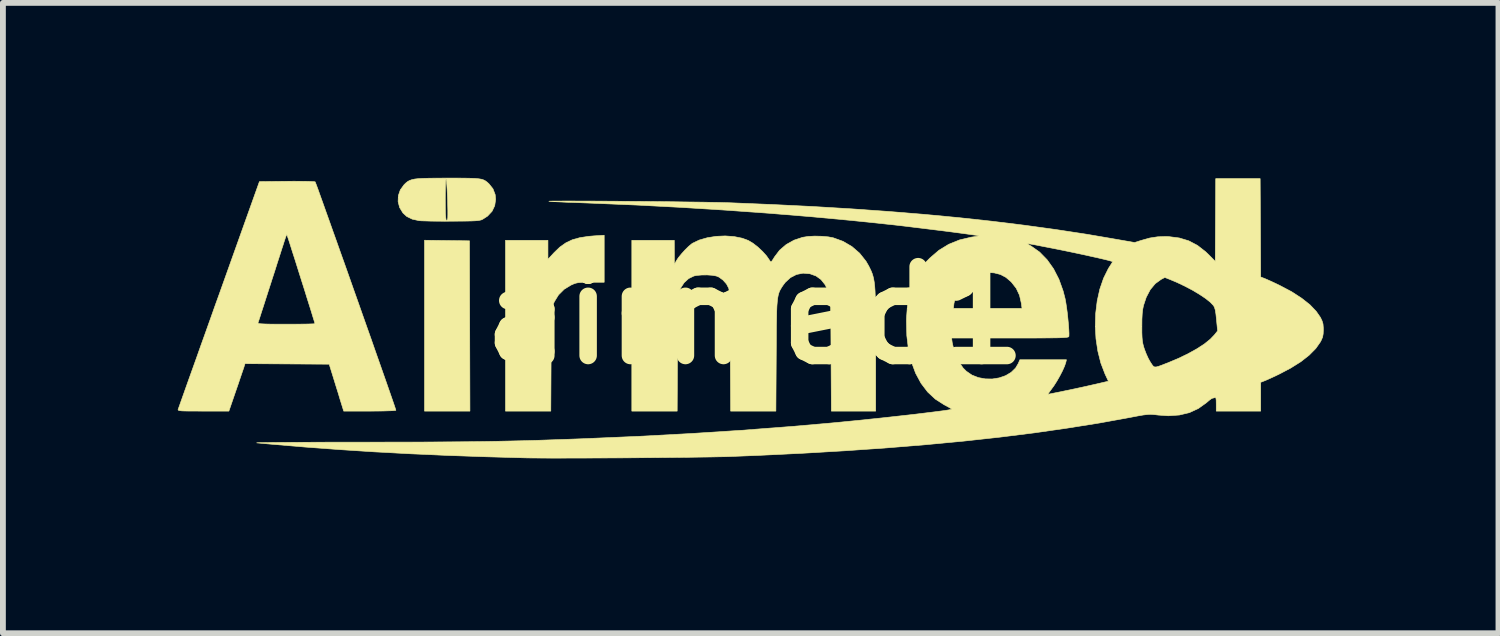
<source format=kicad_pcb>
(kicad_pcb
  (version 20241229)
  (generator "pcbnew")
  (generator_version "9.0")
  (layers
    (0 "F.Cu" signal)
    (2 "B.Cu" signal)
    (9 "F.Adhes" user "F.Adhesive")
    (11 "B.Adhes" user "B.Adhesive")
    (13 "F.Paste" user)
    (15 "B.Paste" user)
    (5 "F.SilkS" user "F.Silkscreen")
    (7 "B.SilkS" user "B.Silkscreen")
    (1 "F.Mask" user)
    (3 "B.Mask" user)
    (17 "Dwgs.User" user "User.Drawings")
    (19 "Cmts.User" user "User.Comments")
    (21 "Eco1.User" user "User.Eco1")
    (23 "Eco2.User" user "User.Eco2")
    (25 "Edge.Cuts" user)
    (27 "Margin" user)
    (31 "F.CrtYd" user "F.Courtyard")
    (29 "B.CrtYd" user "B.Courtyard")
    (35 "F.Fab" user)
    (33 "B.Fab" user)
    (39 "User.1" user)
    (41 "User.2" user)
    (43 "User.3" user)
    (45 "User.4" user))
  (footprint "airmed1"
    (layer "F.Cu")
    (at 9.905 2.359)
    (property "Reference" "airmed1" (at 0 0 0) (layer "F.SilkS") (effects (font (size 1.524 1.524) (thickness 0.3))))
    (attr through_hole)
    (fp_poly (pts (xy -5.287 -1.283) (xy -4.902 -1.278) (xy -4.898 0.182) (xy -4.894 1.643) (xy -5.673 1.643) (xy -5.673 -1.288) (xy -5.287 -1.283)) (stroke (width 0.01) (type solid)) (fill yes) (layer "F.SilkS"))
    (fp_poly (pts (xy -2.591 -0.971) (xy -2.591 -0.567) (xy -2.824 -0.567) (xy -2.919 -0.566) (xy -2.988 -0.564) (xy -3.039 -0.56) (xy -3.08 -0.551) (xy -3.119 -0.537) (xy -3.162 -0.518) (xy -3.278 -0.447) (xy -3.374 -0.351) (xy -3.445 -0.236) (xy -3.456 -0.211) (xy -3.497 -0.11) (xy -3.502 0.766) (xy -3.507 1.643) (xy -4.284 1.643) (xy -4.284 -1.287) (xy -3.556 -1.287) (xy -3.556 -0.961) (xy -3.447 -1.079) (xy -3.351 -1.171) (xy -3.249 -1.243) (xy -3.138 -1.296) (xy -3.009 -1.332) (xy -2.858 -1.355) (xy -2.764 -1.363) (xy -2.591 -1.374) (xy -2.591 -0.971)) (stroke (width 0.01) (type solid)) (fill yes) (layer "F.SilkS"))
    (fp_poly (pts (xy -5.11 -2.354) (xy -4.983 -2.353) (xy -4.881 -2.351) (xy -4.802 -2.348) (xy -4.741 -2.342) (xy -4.694 -2.334) (xy -4.658 -2.322) (xy -4.628 -2.306) (xy -4.601 -2.286) (xy -4.573 -2.261) (xy -4.566 -2.254) (xy -4.499 -2.17) (xy -4.461 -2.071) (xy -4.453 -1.99) (xy -4.469 -1.88) (xy -4.515 -1.784) (xy -4.592 -1.702) (xy -4.674 -1.649) (xy -4.694 -1.639) (xy -4.719 -1.632) (xy -4.752 -1.626) (xy -4.798 -1.622) (xy -4.861 -1.619) (xy -4.944 -1.617) (xy -5.053 -1.616) (xy -5.192 -1.615) (xy -5.199 -1.615) (xy -5.327 -1.614) (xy -5.449 -1.615) (xy -5.56 -1.616) (xy -5.654 -1.619) (xy -5.725 -1.621) (xy -5.766 -1.624) (xy -5.884 -1.65) (xy -5.978 -1.696) (xy -6.043 -1.756) (xy -6.1 -1.849) (xy -6.126 -1.95) (xy -6.125 -1.981) (xy -5.317 -1.981) (xy -5.316 -1.848) (xy -5.314 -1.748) (xy -5.309 -1.678) (xy -5.303 -1.637) (xy -5.294 -1.625) (xy -5.283 -1.638) (xy -5.277 -1.65) (xy -5.274 -1.675) (xy -5.273 -1.727) (xy -5.273 -1.798) (xy -5.275 -1.882) (xy -5.277 -1.974) (xy -5.281 -2.067) (xy -5.285 -2.155) (xy -5.29 -2.232) (xy -5.295 -2.292) (xy -5.299 -2.328) (xy -5.303 -2.337) (xy -5.307 -2.321) (xy -5.311 -2.276) (xy -5.314 -2.207) (xy -5.316 -2.119) (xy -5.317 -2.017) (xy -5.317 -1.981) (xy -6.125 -1.981) (xy -6.122 -2.053) (xy -6.088 -2.152) (xy -6.024 -2.24) (xy -6.02 -2.244) (xy -5.991 -2.272) (xy -5.962 -2.295) (xy -5.929 -2.313) (xy -5.89 -2.327) (xy -5.839 -2.338) (xy -5.775 -2.345) (xy -5.692 -2.349) (xy -5.587 -2.352) (xy -5.456 -2.353) (xy -5.295 -2.354) (xy -5.268 -2.354) (xy -5.11 -2.354)) (stroke (width 0.01) (type solid)) (fill yes) (layer "F.SilkS"))
    (fp_poly (pts (xy -0.363 -1.351) (xy -0.224 -1.323) (xy -0.119 -1.284) (xy -0.04 -1.237) (xy 0.045 -1.171) (xy 0.126 -1.095) (xy 0.194 -1.019) (xy 0.23 -0.967) (xy 0.253 -0.933) (xy 0.269 -0.915) (xy 0.27 -0.915) (xy 0.283 -0.928) (xy 0.307 -0.963) (xy 0.33 -1.001) (xy 0.418 -1.117) (xy 0.531 -1.214) (xy 0.665 -1.289) (xy 0.812 -1.338) (xy 0.907 -1.353) (xy 1.021 -1.359) (xy 1.141 -1.356) (xy 1.254 -1.346) (xy 1.338 -1.33) (xy 1.506 -1.269) (xy 1.658 -1.18) (xy 1.79 -1.066) (xy 1.899 -0.929) (xy 1.945 -0.85) (xy 1.968 -0.804) (xy 1.988 -0.762) (xy 2.005 -0.72) (xy 2.019 -0.676) (xy 2.031 -0.627) (xy 2.041 -0.569) (xy 2.049 -0.501) (xy 2.055 -0.42) (xy 2.059 -0.322) (xy 2.062 -0.206) (xy 2.064 -0.067) (xy 2.065 0.096) (xy 2.066 0.286) (xy 2.066 0.507) (xy 2.066 0.592) (xy 2.066 1.643) (xy 1.306 1.643) (xy 1.3 0.665) (xy 1.299 0.458) (xy 1.298 0.283) (xy 1.297 0.135) (xy 1.296 0.013) (xy 1.294 -0.086) (xy 1.292 -0.165) (xy 1.29 -0.228) (xy 1.287 -0.277) (xy 1.283 -0.314) (xy 1.278 -0.343) (xy 1.272 -0.366) (xy 1.265 -0.386) (xy 1.257 -0.407) (xy 1.257 -0.407) (xy 1.198 -0.526) (xy 1.128 -0.614) (xy 1.043 -0.675) (xy 0.941 -0.712) (xy 0.937 -0.713) (xy 0.82 -0.723) (xy 0.708 -0.701) (xy 0.605 -0.648) (xy 0.516 -0.567) (xy 0.477 -0.515) (xy 0.454 -0.481) (xy 0.435 -0.449) (xy 0.418 -0.418) (xy 0.405 -0.383) (xy 0.394 -0.344) (xy 0.385 -0.295) (xy 0.378 -0.235) (xy 0.372 -0.161) (xy 0.368 -0.07) (xy 0.366 0.042) (xy 0.363 0.176) (xy 0.362 0.337) (xy 0.361 0.526) (xy 0.36 0.69) (xy 0.354 1.643) (xy -0.422 1.643) (xy -0.428 0.622) (xy -0.429 0.397) (xy -0.43 0.204) (xy -0.432 0.041) (xy -0.434 -0.096) (xy -0.437 -0.207) (xy -0.44 -0.296) (xy -0.443 -0.364) (xy -0.447 -0.414) (xy -0.451 -0.448) (xy -0.455 -0.465) (xy -0.493 -0.538) (xy -0.552 -0.604) (xy -0.621 -0.655) (xy -0.669 -0.675) (xy -0.738 -0.687) (xy -0.825 -0.693) (xy -0.917 -0.692) (xy -1 -0.685) (xy -1.052 -0.675) (xy -1.142 -0.631) (xy -1.22 -0.56) (xy -1.279 -0.469) (xy -1.29 -0.444) (xy -1.329 -0.347) (xy -1.334 0.648) (xy -1.339 1.643) (xy -2.117 1.643) (xy -2.117 -1.287) (xy -1.389 -1.287) (xy -1.388 -1.079) (xy -1.387 -0.872) (xy -1.354 -0.934) (xy -1.319 -0.988) (xy -1.266 -1.053) (xy -1.205 -1.121) (xy -1.143 -1.182) (xy -1.089 -1.227) (xy -1.076 -1.236) (xy -0.959 -1.292) (xy -0.822 -1.331) (xy -0.67 -1.355) (xy -0.515 -1.362) (xy -0.363 -1.351)) (stroke (width 0.01) (type solid)) (fill yes) (layer "F.SilkS"))
    (fp_poly (pts (xy -7.799 -2.299) (xy -7.702 -2.298) (xy -7.625 -2.296) (xy -7.573 -2.293) (xy -7.55 -2.29) (xy -7.549 -2.289) (xy -7.542 -2.272) (xy -7.524 -2.225) (xy -7.497 -2.152) (xy -7.462 -2.053) (xy -7.418 -1.931) (xy -7.368 -1.79) (xy -7.311 -1.631) (xy -7.249 -1.456) (xy -7.182 -1.269) (xy -7.112 -1.071) (xy -7.038 -0.864) (xy -6.963 -0.652) (xy -6.887 -0.436) (xy -6.81 -0.219) (xy -6.734 -0.003) (xy -6.659 0.209) (xy -6.586 0.415) (xy -6.517 0.613) (xy -6.451 0.8) (xy -6.39 0.974) (xy -6.334 1.133) (xy -6.285 1.274) (xy -6.243 1.395) (xy -6.209 1.493) (xy -6.184 1.566) (xy -6.169 1.612) (xy -6.164 1.629) (xy -6.18 1.632) (xy -6.226 1.636) (xy -6.296 1.638) (xy -6.388 1.641) (xy -6.495 1.642) (xy -6.612 1.643) (xy -7.059 1.643) (xy -7.121 1.444) (xy -7.152 1.34) (xy -7.189 1.222) (xy -7.225 1.106) (xy -7.245 1.041) (xy -7.308 0.838) (xy -8.752 0.829) (xy -8.772 0.893) (xy -8.784 0.928) (xy -8.805 0.989) (xy -8.833 1.071) (xy -8.865 1.167) (xy -8.901 1.271) (xy -8.911 1.3) (xy -9.029 1.643) (xy -9.469 1.643) (xy -9.602 1.642) (xy -9.705 1.642) (xy -9.782 1.641) (xy -9.836 1.639) (xy -9.871 1.635) (xy -9.891 1.63) (xy -9.899 1.624) (xy -9.9 1.615) (xy -9.899 1.612) (xy -9.892 1.593) (xy -9.874 1.543) (xy -9.847 1.466) (xy -9.81 1.362) (xy -9.765 1.235) (xy -9.712 1.086) (xy -9.651 0.916) (xy -9.584 0.729) (xy -9.512 0.525) (xy -9.434 0.308) (xy -9.371 0.131) (xy -8.53 0.131) (xy -8.526 0.138) (xy -8.505 0.143) (xy -8.466 0.146) (xy -8.404 0.149) (xy -8.318 0.151) (xy -8.204 0.152) (xy -8.059 0.152) (xy -8.045 0.152) (xy -7.92 0.152) (xy -7.806 0.151) (xy -7.709 0.15) (xy -7.631 0.148) (xy -7.578 0.146) (xy -7.553 0.144) (xy -7.552 0.143) (xy -7.557 0.125) (xy -7.571 0.079) (xy -7.593 0.008) (xy -7.621 -0.084) (xy -7.655 -0.192) (xy -7.693 -0.312) (xy -7.733 -0.442) (xy -7.776 -0.577) (xy -7.819 -0.713) (xy -7.861 -0.847) (xy -7.901 -0.974) (xy -7.939 -1.091) (xy -7.971 -1.193) (xy -7.998 -1.278) (xy -8.019 -1.34) (xy -8.031 -1.377) (xy -8.034 -1.385) (xy -8.042 -1.374) (xy -8.056 -1.339) (xy -8.066 -1.309) (xy -8.077 -1.276) (xy -8.097 -1.213) (xy -8.125 -1.127) (xy -8.159 -1.02) (xy -8.199 -0.897) (xy -8.242 -0.76) (xy -8.289 -0.616) (xy -8.307 -0.559) (xy -8.354 -0.414) (xy -8.397 -0.28) (xy -8.436 -0.158) (xy -8.47 -0.054) (xy -8.497 0.031) (xy -8.517 0.092) (xy -8.528 0.126) (xy -8.53 0.131) (xy -9.371 0.131) (xy -9.352 0.078) (xy -9.267 -0.162) (xy -9.197 -0.356) (xy -8.505 -2.294) (xy -8.034 -2.299) (xy -7.911 -2.3) (xy -7.799 -2.299)) (stroke (width 0.01) (type solid)) (fill yes) (layer "F.SilkS"))
    (fp_poly (pts (xy 8.666 -1.501) (xy 8.67 -0.658) (xy 8.742 -0.63) (xy 8.786 -0.611) (xy 8.851 -0.582) (xy 8.928 -0.546) (xy 9 -0.511) (xy 9.201 -0.405) (xy 9.372 -0.294) (xy 9.514 -0.182) (xy 9.623 -0.068) (xy 9.695 0.036) (xy 9.723 0.095) (xy 9.739 0.147) (xy 9.744 0.21) (xy 9.745 0.246) (xy 9.742 0.318) (xy 9.732 0.374) (xy 9.709 0.427) (xy 9.695 0.455) (xy 9.615 0.569) (xy 9.502 0.683) (xy 9.358 0.796) (xy 9.184 0.905) (xy 9 1.002) (xy 8.92 1.041) (xy 8.844 1.076) (xy 8.78 1.105) (xy 8.742 1.121) (xy 8.67 1.149) (xy 8.67 1.643) (xy 7.908 1.643) (xy 7.908 1.522) (xy 7.907 1.459) (xy 7.903 1.424) (xy 7.894 1.411) (xy 7.881 1.412) (xy 7.849 1.421) (xy 7.839 1.422) (xy 7.82 1.433) (xy 7.784 1.46) (xy 7.739 1.499) (xy 7.601 1.598) (xy 7.447 1.669) (xy 7.275 1.71) (xy 7.086 1.723) (xy 6.914 1.711) (xy 6.856 1.704) (xy 6.807 1.7) (xy 6.761 1.699) (xy 6.712 1.703) (xy 6.653 1.71) (xy 6.577 1.723) (xy 6.477 1.742) (xy 6.426 1.752) (xy 5.903 1.847) (xy 5.357 1.934) (xy 4.787 2.016) (xy 4.193 2.09) (xy 3.573 2.158) (xy 2.926 2.219) (xy 2.251 2.274) (xy 1.546 2.323) (xy 0.812 2.366) (xy 0.045 2.403) (xy -0.44 2.422) (xy -0.525 2.425) (xy -0.641 2.427) (xy -0.783 2.43) (xy -0.949 2.432) (xy -1.135 2.435) (xy -1.338 2.437) (xy -1.553 2.439) (xy -1.779 2.441) (xy -2.01 2.443) (xy -2.244 2.445) (xy -2.477 2.446) (xy -2.706 2.447) (xy -2.927 2.448) (xy -3.137 2.448) (xy -3.332 2.449) (xy -3.509 2.449) (xy -3.665 2.448) (xy -3.795 2.447) (xy -3.897 2.446) (xy -3.937 2.445) (xy -4.623 2.426) (xy -5.281 2.403) (xy -5.915 2.375) (xy -6.531 2.342) (xy -7.133 2.303) (xy -7.728 2.259) (xy -8.318 2.209) (xy -8.551 2.188) (xy -8.551 2.186) (xy -8.519 2.185) (xy -8.457 2.183) (xy -8.367 2.182) (xy -8.251 2.181) (xy -8.111 2.18) (xy -7.948 2.179) (xy -7.765 2.178) (xy -7.564 2.177) (xy -7.345 2.176) (xy -7.113 2.176) (xy -6.867 2.176) (xy -6.714 2.176) (xy -6.347 2.175) (xy -6.011 2.175) (xy -5.701 2.174) (xy -5.415 2.172) (xy -5.148 2.17) (xy -4.898 2.168) (xy -4.659 2.165) (xy -4.43 2.161) (xy -4.206 2.156) (xy -3.984 2.151) (xy -3.76 2.145) (xy -3.531 2.137) (xy -3.293 2.129) (xy -3.043 2.12) (xy -2.938 2.116) (xy -2.008 2.076) (xy -1.108 2.028) (xy -0.235 1.972) (xy 0.615 1.907) (xy 1.228 1.854) (xy 1.413 1.837) (xy 1.605 1.818) (xy 1.801 1.799) (xy 1.997 1.778) (xy 2.191 1.758) (xy 2.38 1.737) (xy 2.561 1.717) (xy 2.73 1.698) (xy 2.886 1.679) (xy 3.025 1.662) (xy 3.145 1.647) (xy 3.242 1.634) (xy 3.314 1.623) (xy 3.357 1.614) (xy 3.37 1.609) (xy 3.356 1.598) (xy 3.318 1.576) (xy 3.264 1.546) (xy 3.24 1.534) (xy 3.089 1.437) (xy 2.957 1.314) (xy 2.844 1.165) (xy 2.751 0.993) (xy 2.679 0.798) (xy 2.628 0.582) (xy 2.605 0.389) (xy 3.368 0.389) (xy 3.379 0.47) (xy 3.418 0.636) (xy 3.48 0.781) (xy 3.566 0.904) (xy 3.621 0.959) (xy 3.717 1.025) (xy 3.827 1.068) (xy 3.946 1.09) (xy 4.066 1.092) (xy 4.184 1.073) (xy 4.294 1.035) (xy 4.39 0.978) (xy 4.466 0.904) (xy 4.512 0.826) (xy 4.539 0.762) (xy 5.338 0.762) (xy 5.327 0.809) (xy 5.306 0.871) (xy 5.27 0.952) (xy 5.224 1.041) (xy 5.173 1.13) (xy 5.122 1.21) (xy 5.1 1.24) (xy 5.062 1.292) (xy 5.034 1.331) (xy 5.021 1.353) (xy 5.021 1.355) (xy 5.039 1.351) (xy 5.085 1.342) (xy 5.154 1.328) (xy 5.24 1.311) (xy 5.338 1.29) (xy 5.346 1.289) (xy 5.463 1.264) (xy 5.585 1.238) (xy 5.702 1.212) (xy 5.803 1.189) (xy 5.861 1.176) (xy 6.058 1.13) (xy 6 1.006) (xy 5.928 0.818) (xy 5.877 0.615) (xy 5.845 0.402) (xy 5.833 0.188) (xy 6.632 0.188) (xy 6.632 0.195) (xy 6.632 0.298) (xy 6.635 0.375) (xy 6.64 0.435) (xy 6.649 0.487) (xy 6.662 0.538) (xy 6.677 0.584) (xy 6.707 0.662) (xy 6.743 0.741) (xy 6.779 0.805) (xy 6.782 0.809) (xy 6.807 0.847) (xy 6.827 0.872) (xy 6.848 0.885) (xy 6.876 0.886) (xy 6.918 0.875) (xy 6.979 0.853) (xy 7.065 0.819) (xy 7.07 0.818) (xy 7.253 0.741) (xy 7.422 0.66) (xy 7.573 0.576) (xy 7.703 0.492) (xy 7.806 0.409) (xy 7.876 0.336) (xy 7.931 0.267) (xy 7.912 0.072) (xy 7.902 -0.024) (xy 7.891 -0.092) (xy 7.877 -0.138) (xy 7.861 -0.167) (xy 7.807 -0.224) (xy 7.726 -0.289) (xy 7.623 -0.358) (xy 7.503 -0.43) (xy 7.37 -0.5) (xy 7.231 -0.566) (xy 7.124 -0.611) (xy 7.026 -0.65) (xy 6.963 -0.617) (xy 6.862 -0.544) (xy 6.776 -0.441) (xy 6.707 -0.31) (xy 6.66 -0.169) (xy 6.647 -0.105) (xy 6.638 -0.029) (xy 6.633 0.066) (xy 6.632 0.188) (xy 5.833 0.188) (xy 5.833 0.184) (xy 5.84 -0.035) (xy 5.866 -0.248) (xy 5.911 -0.45) (xy 5.975 -0.636) (xy 6.057 -0.802) (xy 6.1 -0.869) (xy 6.121 -0.902) (xy 6.128 -0.921) (xy 6.127 -0.922) (xy 6.107 -0.929) (xy 6.057 -0.943) (xy 5.984 -0.961) (xy 5.89 -0.983) (xy 5.782 -1.007) (xy 5.662 -1.034) (xy 5.536 -1.061) (xy 5.408 -1.088) (xy 5.282 -1.114) (xy 5.173 -1.136) (xy 5.025 -1.165) (xy 4.907 -1.188) (xy 4.816 -1.206) (xy 4.75 -1.218) (xy 4.707 -1.225) (xy 4.682 -1.227) (xy 4.674 -1.225) (xy 4.679 -1.219) (xy 4.694 -1.209) (xy 4.718 -1.196) (xy 4.734 -1.187) (xy 4.878 -1.085) (xy 5.006 -0.954) (xy 5.117 -0.798) (xy 5.209 -0.619) (xy 5.281 -0.418) (xy 5.315 -0.287) (xy 5.328 -0.216) (xy 5.341 -0.129) (xy 5.354 -0.033) (xy 5.364 0.066) (xy 5.373 0.161) (xy 5.379 0.245) (xy 5.382 0.312) (xy 5.381 0.355) (xy 5.379 0.364) (xy 5.373 0.37) (xy 5.359 0.374) (xy 5.335 0.378) (xy 5.297 0.381) (xy 5.244 0.384) (xy 5.173 0.386) (xy 5.081 0.387) (xy 4.966 0.388) (xy 4.826 0.389) (xy 4.657 0.389) (xy 4.459 0.389) (xy 4.368 0.389) (xy 3.368 0.389) (xy 2.605 0.389) (xy 2.6 0.348) (xy 2.594 0.096) (xy 2.596 0.034) (xy 2.607 -0.119) (xy 3.399 -0.119) (xy 4.576 -0.119) (xy 4.565 -0.205) (xy 4.533 -0.345) (xy 4.477 -0.464) (xy 4.394 -0.57) (xy 4.387 -0.577) (xy 4.299 -0.652) (xy 4.206 -0.701) (xy 4.1 -0.728) (xy 3.979 -0.736) (xy 3.904 -0.734) (xy 3.846 -0.725) (xy 3.789 -0.705) (xy 3.739 -0.681) (xy 3.674 -0.644) (xy 3.613 -0.601) (xy 3.572 -0.563) (xy 3.517 -0.486) (xy 3.467 -0.391) (xy 3.429 -0.292) (xy 3.409 -0.205) (xy 3.399 -0.119) (xy 2.607 -0.119) (xy 2.609 -0.141) (xy 2.633 -0.294) (xy 2.671 -0.436) (xy 2.724 -0.577) (xy 2.763 -0.659) (xy 2.805 -0.744) (xy 2.845 -0.81) (xy 2.888 -0.868) (xy 2.944 -0.93) (xy 2.995 -0.982) (xy 3.15 -1.115) (xy 3.318 -1.218) (xy 3.503 -1.293) (xy 3.706 -1.341) (xy 3.754 -1.348) (xy 3.801 -1.356) (xy 3.827 -1.362) (xy 3.827 -1.366) (xy 3.783 -1.374) (xy 3.71 -1.384) (xy 3.611 -1.398) (xy 3.492 -1.414) (xy 3.356 -1.432) (xy 3.209 -1.451) (xy 3.053 -1.47) (xy 2.893 -1.49) (xy 2.735 -1.509) (xy 2.581 -1.528) (xy 2.436 -1.545) (xy 2.328 -1.557) (xy 1.657 -1.627) (xy 0.958 -1.692) (xy 0.235 -1.751) (xy -0.506 -1.804) (xy -1.259 -1.851) (xy -2.021 -1.891) (xy -2.785 -1.923) (xy -2.989 -1.931) (xy -3.12 -1.936) (xy -3.24 -1.94) (xy -3.346 -1.945) (xy -3.433 -1.949) (xy -3.497 -1.953) (xy -3.533 -1.955) (xy -3.539 -1.956) (xy -3.53 -1.958) (xy -3.489 -1.959) (xy -3.42 -1.96) (xy -3.326 -1.96) (xy -3.209 -1.961) (xy -3.072 -1.96) (xy -2.918 -1.96) (xy -2.749 -1.959) (xy -2.569 -1.958) (xy -2.38 -1.957) (xy -2.185 -1.955) (xy -1.987 -1.954) (xy -1.789 -1.952) (xy -1.592 -1.95) (xy -1.401 -1.948) (xy -1.218 -1.945) (xy -1.046 -1.943) (xy -0.887 -1.941) (xy -0.744 -1.938) (xy -0.62 -1.936) (xy -0.518 -1.933) (xy -0.441 -1.931) (xy -0.44 -1.931) (xy 0.285 -1.901) (xy 0.98 -1.867) (xy 1.645 -1.827) (xy 2.284 -1.782) (xy 2.897 -1.732) (xy 3.489 -1.676) (xy 4.061 -1.614) (xy 4.614 -1.546) (xy 5.153 -1.472) (xy 5.678 -1.392) (xy 6.112 -1.318) (xy 6.508 -1.249) (xy 6.62 -1.285) (xy 6.766 -1.326) (xy 6.902 -1.347) (xy 7.042 -1.352) (xy 7.095 -1.35) (xy 7.274 -1.327) (xy 7.436 -1.278) (xy 7.585 -1.2) (xy 7.725 -1.091) (xy 7.78 -1.038) (xy 7.891 -0.926) (xy 7.895 -1.635) (xy 7.899 -2.345) (xy 8.661 -2.345) (xy 8.666 -1.501)) (stroke (width 0.01) (type solid)) (fill yes) (layer "F.SilkS")))
  (gr_rect
    (start -3 -3)
    (end 22.654 7.812)
    (stroke (width 0.1) (type default))
    (fill no)
    (layer "Edge.Cuts")))
</source>
